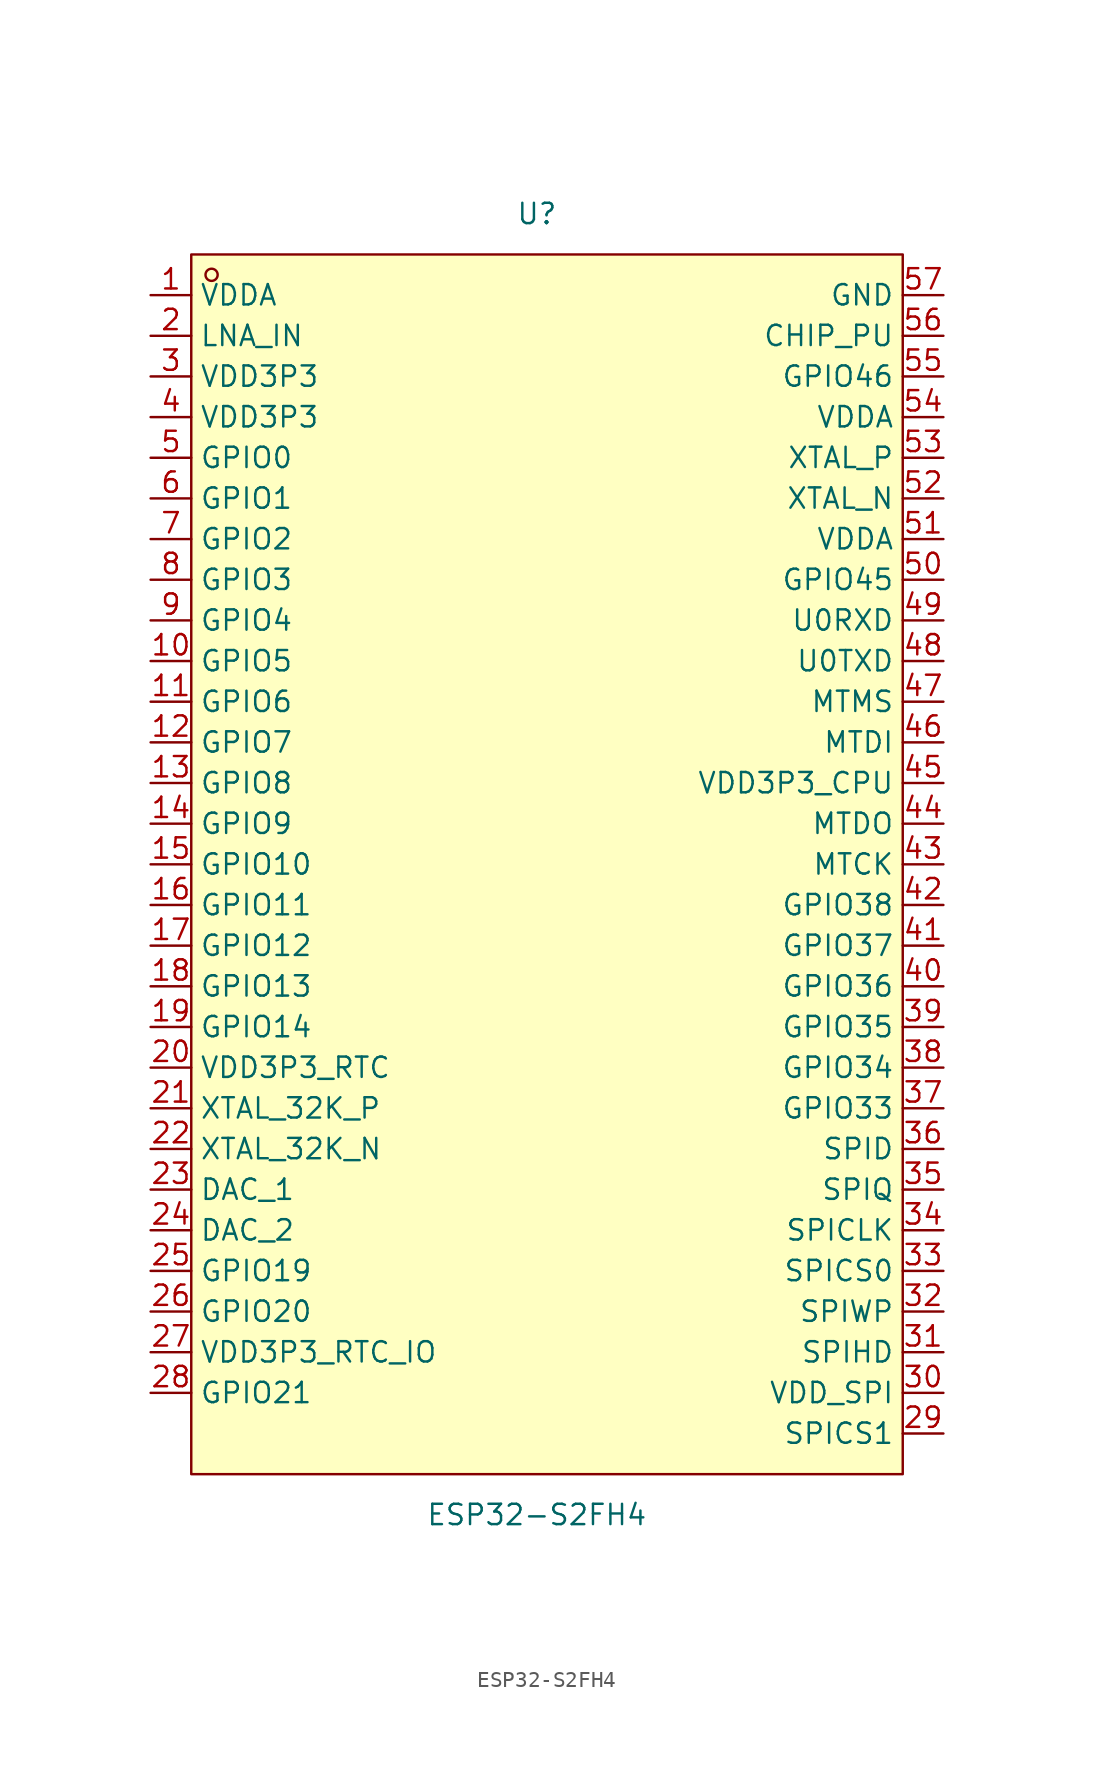
<source format=kicad_sym>
(kicad_symbol_lib
  (version 20211014)
  (generator https://github.com/uPesy/easyeda2kicad.py)
  (symbol "ESP32-S2FH4"
    (property "Reference" "U"
      (at 0 40.64 0)
      (effects (font (size 1.27 1.27))))
    (property "Value" "ESP32-S2FH4"
      (at 0 -40.64 0)
      (effects (font (size 1.27 1.27))))
    (symbol "ESP32-S2FH4_0_1"
      (rectangle (start -21.59 38.10) (end 22.86 -38.10) (stroke (width 0) (type default) (color 0 0 0 0)) (fill (type background)))
      (circle (center -20.32 36.83) (radius 0.38) (stroke (width 0) (type default) (color 0 0 0 0)) (fill (type none)))
      (pin unspecified line (at -24.13 35.56 0) (length 2.54) (name "VDDA" (effects (font (size 1.27 1.27)))) (number "1" (effects (font (size 1.27 1.27)))))
      (pin unspecified line (at -24.13 33.02 0) (length 2.54) (name "LNA_IN" (effects (font (size 1.27 1.27)))) (number "2" (effects (font (size 1.27 1.27)))))
      (pin unspecified line (at -24.13 30.48 0) (length 2.54) (name "VDD3P3" (effects (font (size 1.27 1.27)))) (number "3" (effects (font (size 1.27 1.27)))))
      (pin unspecified line (at -24.13 27.94 0) (length 2.54) (name "VDD3P3" (effects (font (size 1.27 1.27)))) (number "4" (effects (font (size 1.27 1.27)))))
      (pin unspecified line (at -24.13 25.40 0) (length 2.54) (name "GPIO0" (effects (font (size 1.27 1.27)))) (number "5" (effects (font (size 1.27 1.27)))))
      (pin unspecified line (at -24.13 22.86 0) (length 2.54) (name "GPIO1" (effects (font (size 1.27 1.27)))) (number "6" (effects (font (size 1.27 1.27)))))
      (pin unspecified line (at -24.13 20.32 0) (length 2.54) (name "GPIO2" (effects (font (size 1.27 1.27)))) (number "7" (effects (font (size 1.27 1.27)))))
      (pin unspecified line (at -24.13 17.78 0) (length 2.54) (name "GPIO3" (effects (font (size 1.27 1.27)))) (number "8" (effects (font (size 1.27 1.27)))))
      (pin unspecified line (at -24.13 15.24 0) (length 2.54) (name "GPIO4" (effects (font (size 1.27 1.27)))) (number "9" (effects (font (size 1.27 1.27)))))
      (pin unspecified line (at -24.13 12.70 0) (length 2.54) (name "GPIO5" (effects (font (size 1.27 1.27)))) (number "10" (effects (font (size 1.27 1.27)))))
      (pin unspecified line (at -24.13 10.16 0) (length 2.54) (name "GPIO6" (effects (font (size 1.27 1.27)))) (number "11" (effects (font (size 1.27 1.27)))))
      (pin unspecified line (at -24.13 7.62 0) (length 2.54) (name "GPIO7" (effects (font (size 1.27 1.27)))) (number "12" (effects (font (size 1.27 1.27)))))
      (pin unspecified line (at -24.13 5.08 0) (length 2.54) (name "GPIO8" (effects (font (size 1.27 1.27)))) (number "13" (effects (font (size 1.27 1.27)))))
      (pin unspecified line (at -24.13 2.54 0) (length 2.54) (name "GPIO9" (effects (font (size 1.27 1.27)))) (number "14" (effects (font (size 1.27 1.27)))))
      (pin unspecified line (at -24.13 -0.00 0) (length 2.54) (name "GPIO10" (effects (font (size 1.27 1.27)))) (number "15" (effects (font (size 1.27 1.27)))))
      (pin unspecified line (at -24.13 -2.54 0) (length 2.54) (name "GPIO11" (effects (font (size 1.27 1.27)))) (number "16" (effects (font (size 1.27 1.27)))))
      (pin unspecified line (at -24.13 -5.08 0) (length 2.54) (name "GPIO12" (effects (font (size 1.27 1.27)))) (number "17" (effects (font (size 1.27 1.27)))))
      (pin unspecified line (at -24.13 -7.62 0) (length 2.54) (name "GPIO13" (effects (font (size 1.27 1.27)))) (number "18" (effects (font (size 1.27 1.27)))))
      (pin unspecified line (at -24.13 -10.16 0) (length 2.54) (name "GPIO14" (effects (font (size 1.27 1.27)))) (number "19" (effects (font (size 1.27 1.27)))))
      (pin unspecified line (at -24.13 -12.70 0) (length 2.54) (name "VDD3P3_RTC" (effects (font (size 1.27 1.27)))) (number "20" (effects (font (size 1.27 1.27)))))
      (pin unspecified line (at -24.13 -15.24 0) (length 2.54) (name "XTAL_32K_P" (effects (font (size 1.27 1.27)))) (number "21" (effects (font (size 1.27 1.27)))))
      (pin unspecified line (at -24.13 -17.78 0) (length 2.54) (name "XTAL_32K_N" (effects (font (size 1.27 1.27)))) (number "22" (effects (font (size 1.27 1.27)))))
      (pin unspecified line (at -24.13 -20.32 0) (length 2.54) (name "DAC_1" (effects (font (size 1.27 1.27)))) (number "23" (effects (font (size 1.27 1.27)))))
      (pin unspecified line (at -24.13 -22.86 0) (length 2.54) (name "DAC_2" (effects (font (size 1.27 1.27)))) (number "24" (effects (font (size 1.27 1.27)))))
      (pin unspecified line (at -24.13 -25.40 0) (length 2.54) (name "GPIO19" (effects (font (size 1.27 1.27)))) (number "25" (effects (font (size 1.27 1.27)))))
      (pin unspecified line (at -24.13 -27.94 0) (length 2.54) (name "GPIO20" (effects (font (size 1.27 1.27)))) (number "26" (effects (font (size 1.27 1.27)))))
      (pin unspecified line (at -24.13 -30.48 0) (length 2.54) (name "VDD3P3_RTC_IO" (effects (font (size 1.27 1.27)))) (number "27" (effects (font (size 1.27 1.27)))))
      (pin unspecified line (at -24.13 -33.02 0) (length 2.54) (name "GPIO21" (effects (font (size 1.27 1.27)))) (number "28" (effects (font (size 1.27 1.27)))))
      (pin unspecified line (at 25.40 -35.56 180) (length 2.54) (name "SPICS1" (effects (font (size 1.27 1.27)))) (number "29" (effects (font (size 1.27 1.27)))))
      (pin unspecified line (at 25.40 -33.02 180) (length 2.54) (name "VDD_SPI" (effects (font (size 1.27 1.27)))) (number "30" (effects (font (size 1.27 1.27)))))
      (pin unspecified line (at 25.40 -30.48 180) (length 2.54) (name "SPIHD" (effects (font (size 1.27 1.27)))) (number "31" (effects (font (size 1.27 1.27)))))
      (pin unspecified line (at 25.40 -27.94 180) (length 2.54) (name "SPIWP" (effects (font (size 1.27 1.27)))) (number "32" (effects (font (size 1.27 1.27)))))
      (pin unspecified line (at 25.40 -25.40 180) (length 2.54) (name "SPICS0" (effects (font (size 1.27 1.27)))) (number "33" (effects (font (size 1.27 1.27)))))
      (pin unspecified line (at 25.40 -22.86 180) (length 2.54) (name "SPICLK" (effects (font (size 1.27 1.27)))) (number "34" (effects (font (size 1.27 1.27)))))
      (pin unspecified line (at 25.40 -20.32 180) (length 2.54) (name "SPIQ" (effects (font (size 1.27 1.27)))) (number "35" (effects (font (size 1.27 1.27)))))
      (pin unspecified line (at 25.40 -17.78 180) (length 2.54) (name "SPID" (effects (font (size 1.27 1.27)))) (number "36" (effects (font (size 1.27 1.27)))))
      (pin unspecified line (at 25.40 -15.24 180) (length 2.54) (name "GPIO33" (effects (font (size 1.27 1.27)))) (number "37" (effects (font (size 1.27 1.27)))))
      (pin unspecified line (at 25.40 -12.70 180) (length 2.54) (name "GPIO34" (effects (font (size 1.27 1.27)))) (number "38" (effects (font (size 1.27 1.27)))))
      (pin unspecified line (at 25.40 -10.16 180) (length 2.54) (name "GPIO35" (effects (font (size 1.27 1.27)))) (number "39" (effects (font (size 1.27 1.27)))))
      (pin unspecified line (at 25.40 -7.62 180) (length 2.54) (name "GPIO36" (effects (font (size 1.27 1.27)))) (number "40" (effects (font (size 1.27 1.27)))))
      (pin unspecified line (at 25.40 -5.08 180) (length 2.54) (name "GPIO37" (effects (font (size 1.27 1.27)))) (number "41" (effects (font (size 1.27 1.27)))))
      (pin unspecified line (at 25.40 -2.54 180) (length 2.54) (name "GPIO38" (effects (font (size 1.27 1.27)))) (number "42" (effects (font (size 1.27 1.27)))))
      (pin unspecified line (at 25.40 -0.00 180) (length 2.54) (name "MTCK" (effects (font (size 1.27 1.27)))) (number "43" (effects (font (size 1.27 1.27)))))
      (pin unspecified line (at 25.40 2.54 180) (length 2.54) (name "MTDO" (effects (font (size 1.27 1.27)))) (number "44" (effects (font (size 1.27 1.27)))))
      (pin unspecified line (at 25.40 5.08 180) (length 2.54) (name "VDD3P3_CPU" (effects (font (size 1.27 1.27)))) (number "45" (effects (font (size 1.27 1.27)))))
      (pin unspecified line (at 25.40 7.62 180) (length 2.54) (name "MTDI" (effects (font (size 1.27 1.27)))) (number "46" (effects (font (size 1.27 1.27)))))
      (pin unspecified line (at 25.40 10.16 180) (length 2.54) (name "MTMS" (effects (font (size 1.27 1.27)))) (number "47" (effects (font (size 1.27 1.27)))))
      (pin unspecified line (at 25.40 12.70 180) (length 2.54) (name "U0TXD" (effects (font (size 1.27 1.27)))) (number "48" (effects (font (size 1.27 1.27)))))
      (pin unspecified line (at 25.40 15.24 180) (length 2.54) (name "U0RXD" (effects (font (size 1.27 1.27)))) (number "49" (effects (font (size 1.27 1.27)))))
      (pin unspecified line (at 25.40 17.78 180) (length 2.54) (name "GPIO45" (effects (font (size 1.27 1.27)))) (number "50" (effects (font (size 1.27 1.27)))))
      (pin unspecified line (at 25.40 20.32 180) (length 2.54) (name "VDDA" (effects (font (size 1.27 1.27)))) (number "51" (effects (font (size 1.27 1.27)))))
      (pin unspecified line (at 25.40 22.86 180) (length 2.54) (name "XTAL_N" (effects (font (size 1.27 1.27)))) (number "52" (effects (font (size 1.27 1.27)))))
      (pin unspecified line (at 25.40 25.40 180) (length 2.54) (name "XTAL_P" (effects (font (size 1.27 1.27)))) (number "53" (effects (font (size 1.27 1.27)))))
      (pin unspecified line (at 25.40 27.94 180) (length 2.54) (name "VDDA" (effects (font (size 1.27 1.27)))) (number "54" (effects (font (size 1.27 1.27)))))
      (pin unspecified line (at 25.40 30.48 180) (length 2.54) (name "GPIO46" (effects (font (size 1.27 1.27)))) (number "55" (effects (font (size 1.27 1.27)))))
      (pin unspecified line (at 25.40 33.02 180) (length 2.54) (name "CHIP_PU" (effects (font (size 1.27 1.27)))) (number "56" (effects (font (size 1.27 1.27)))))
      (pin unspecified line (at 25.40 35.56 180) (length 2.54) (name "GND" (effects (font (size 1.27 1.27)))) (number "57" (effects (font (size 1.27 1.27))))))))
</source>
